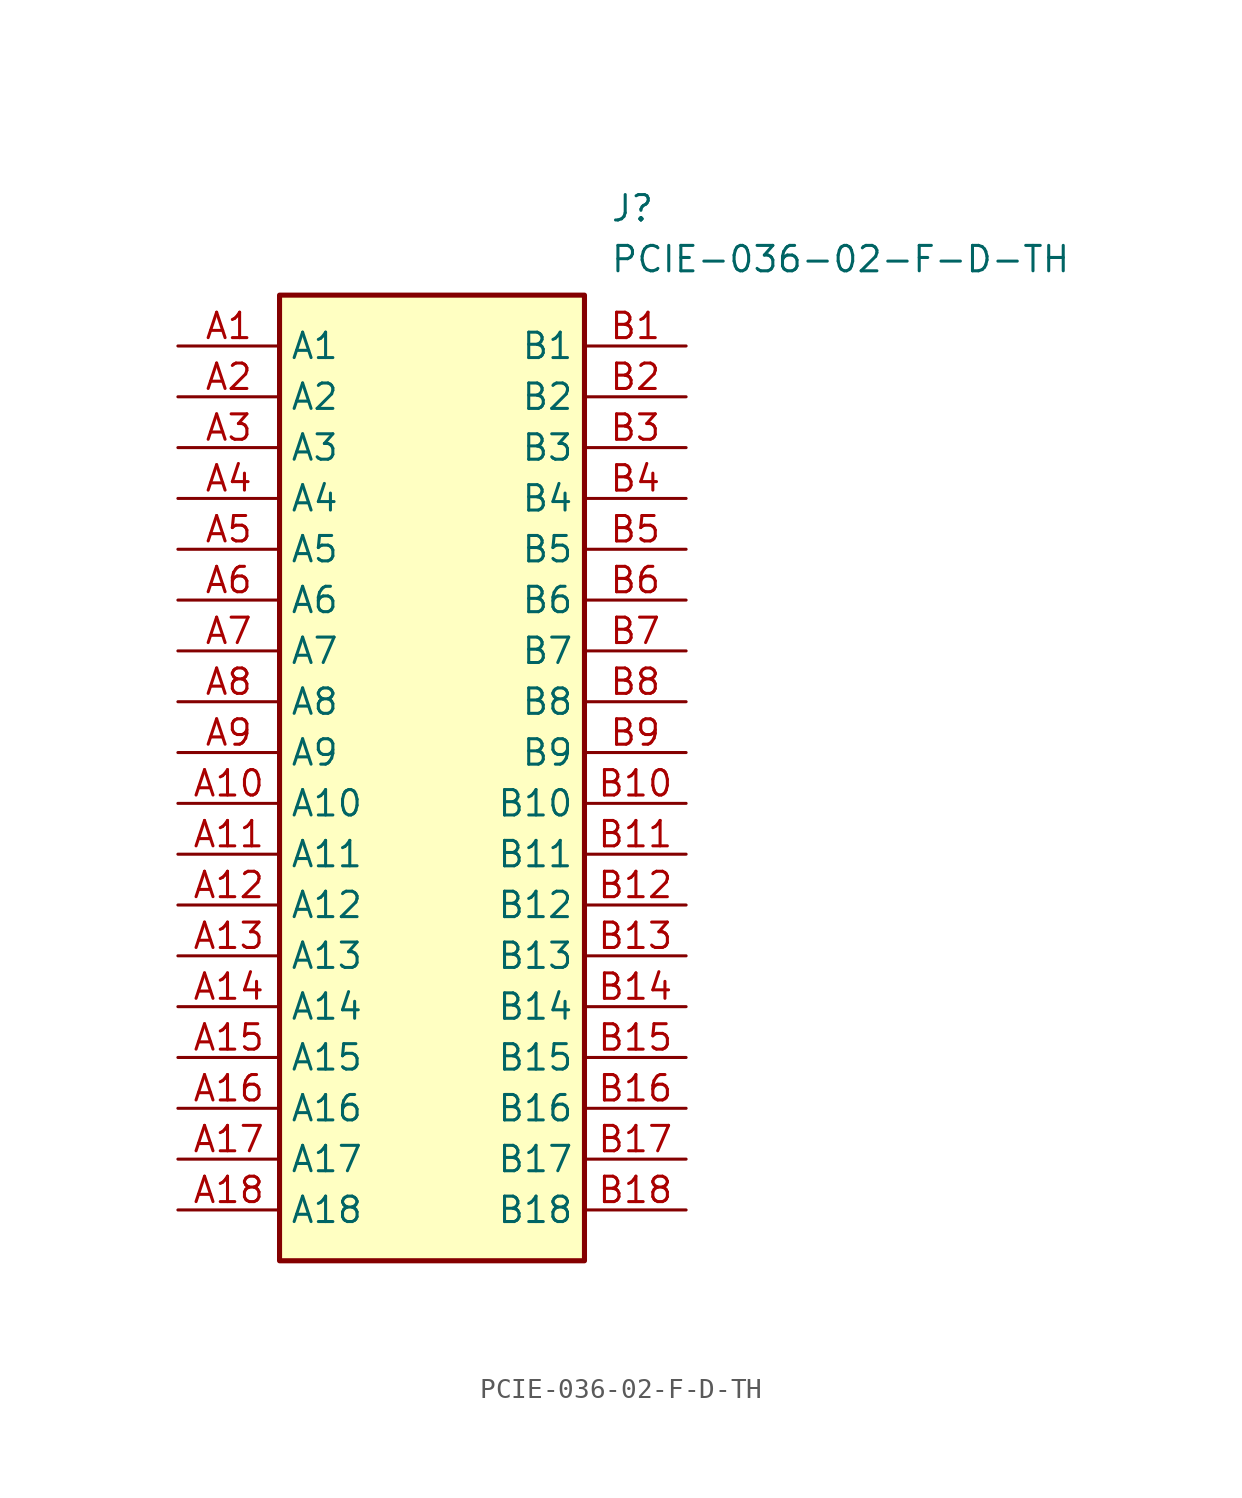
<source format=kicad_sym>
(kicad_symbol_lib
  (version 20211014)
  (generator SamacSys_ECAD_Model)
  (symbol "PCIE-036-02-F-D-TH"
    (property "Reference" "J"
      (at 21.59 7.62 0)
      (effects (font (size 1.27 1.27)) (justify left top)))
    (property "Value" "PCIE-036-02-F-D-TH"
      (at 21.59 5.08 0)
      (effects (font (size 1.27 1.27)) (justify left top)))
    (rectangle
      (start 5.08 2.54)
      (end 20.32 -45.72)
      (stroke (width 0.254) (type default))
      (fill (type background)))
    (pin passive line
      (at 0 0 0)
      (length 5.08)
      (name "A1" (effects (font (size 1.27 1.27))))
      (number "A1" (effects (font (size 1.27 1.27)))))
    (pin passive line
      (at 0 -2.54 0)
      (length 5.08)
      (name "A2" (effects (font (size 1.27 1.27))))
      (number "A2" (effects (font (size 1.27 1.27)))))
    (pin passive line
      (at 0 -5.08 0)
      (length 5.08)
      (name "A3" (effects (font (size 1.27 1.27))))
      (number "A3" (effects (font (size 1.27 1.27)))))
    (pin passive line
      (at 0 -7.62 0)
      (length 5.08)
      (name "A4" (effects (font (size 1.27 1.27))))
      (number "A4" (effects (font (size 1.27 1.27)))))
    (pin passive line
      (at 0 -10.16 0)
      (length 5.08)
      (name "A5" (effects (font (size 1.27 1.27))))
      (number "A5" (effects (font (size 1.27 1.27)))))
    (pin passive line
      (at 0 -12.7 0)
      (length 5.08)
      (name "A6" (effects (font (size 1.27 1.27))))
      (number "A6" (effects (font (size 1.27 1.27)))))
    (pin passive line
      (at 0 -15.24 0)
      (length 5.08)
      (name "A7" (effects (font (size 1.27 1.27))))
      (number "A7" (effects (font (size 1.27 1.27)))))
    (pin passive line
      (at 0 -17.78 0)
      (length 5.08)
      (name "A8" (effects (font (size 1.27 1.27))))
      (number "A8" (effects (font (size 1.27 1.27)))))
    (pin passive line
      (at 0 -20.32 0)
      (length 5.08)
      (name "A9" (effects (font (size 1.27 1.27))))
      (number "A9" (effects (font (size 1.27 1.27)))))
    (pin passive line
      (at 0 -22.86 0)
      (length 5.08)
      (name "A10" (effects (font (size 1.27 1.27))))
      (number "A10" (effects (font (size 1.27 1.27)))))
    (pin passive line
      (at 0 -25.4 0)
      (length 5.08)
      (name "A11" (effects (font (size 1.27 1.27))))
      (number "A11" (effects (font (size 1.27 1.27)))))
    (pin passive line
      (at 0 -27.94 0)
      (length 5.08)
      (name "A12" (effects (font (size 1.27 1.27))))
      (number "A12" (effects (font (size 1.27 1.27)))))
    (pin passive line
      (at 0 -30.48 0)
      (length 5.08)
      (name "A13" (effects (font (size 1.27 1.27))))
      (number "A13" (effects (font (size 1.27 1.27)))))
    (pin passive line
      (at 0 -33.02 0)
      (length 5.08)
      (name "A14" (effects (font (size 1.27 1.27))))
      (number "A14" (effects (font (size 1.27 1.27)))))
    (pin passive line
      (at 0 -35.56 0)
      (length 5.08)
      (name "A15" (effects (font (size 1.27 1.27))))
      (number "A15" (effects (font (size 1.27 1.27)))))
    (pin passive line
      (at 0 -38.1 0)
      (length 5.08)
      (name "A16" (effects (font (size 1.27 1.27))))
      (number "A16" (effects (font (size 1.27 1.27)))))
    (pin passive line
      (at 0 -40.64 0)
      (length 5.08)
      (name "A17" (effects (font (size 1.27 1.27))))
      (number "A17" (effects (font (size 1.27 1.27)))))
    (pin passive line
      (at 0 -43.18 0)
      (length 5.08)
      (name "A18" (effects (font (size 1.27 1.27))))
      (number "A18" (effects (font (size 1.27 1.27)))))
    (pin passive line
      (at 25.4 0 180)
      (length 5.08)
      (name "B1" (effects (font (size 1.27 1.27))))
      (number "B1" (effects (font (size 1.27 1.27)))))
    (pin passive line
      (at 25.4 -2.54 180)
      (length 5.08)
      (name "B2" (effects (font (size 1.27 1.27))))
      (number "B2" (effects (font (size 1.27 1.27)))))
    (pin passive line
      (at 25.4 -5.08 180)
      (length 5.08)
      (name "B3" (effects (font (size 1.27 1.27))))
      (number "B3" (effects (font (size 1.27 1.27)))))
    (pin passive line
      (at 25.4 -7.62 180)
      (length 5.08)
      (name "B4" (effects (font (size 1.27 1.27))))
      (number "B4" (effects (font (size 1.27 1.27)))))
    (pin passive line
      (at 25.4 -10.16 180)
      (length 5.08)
      (name "B5" (effects (font (size 1.27 1.27))))
      (number "B5" (effects (font (size 1.27 1.27)))))
    (pin passive line
      (at 25.4 -12.7 180)
      (length 5.08)
      (name "B6" (effects (font (size 1.27 1.27))))
      (number "B6" (effects (font (size 1.27 1.27)))))
    (pin passive line
      (at 25.4 -15.24 180)
      (length 5.08)
      (name "B7" (effects (font (size 1.27 1.27))))
      (number "B7" (effects (font (size 1.27 1.27)))))
    (pin passive line
      (at 25.4 -17.78 180)
      (length 5.08)
      (name "B8" (effects (font (size 1.27 1.27))))
      (number "B8" (effects (font (size 1.27 1.27)))))
    (pin passive line
      (at 25.4 -20.32 180)
      (length 5.08)
      (name "B9" (effects (font (size 1.27 1.27))))
      (number "B9" (effects (font (size 1.27 1.27)))))
    (pin passive line
      (at 25.4 -22.86 180)
      (length 5.08)
      (name "B10" (effects (font (size 1.27 1.27))))
      (number "B10" (effects (font (size 1.27 1.27)))))
    (pin passive line
      (at 25.4 -25.4 180)
      (length 5.08)
      (name "B11" (effects (font (size 1.27 1.27))))
      (number "B11" (effects (font (size 1.27 1.27)))))
    (pin passive line
      (at 25.4 -27.94 180)
      (length 5.08)
      (name "B12" (effects (font (size 1.27 1.27))))
      (number "B12" (effects (font (size 1.27 1.27)))))
    (pin passive line
      (at 25.4 -30.48 180)
      (length 5.08)
      (name "B13" (effects (font (size 1.27 1.27))))
      (number "B13" (effects (font (size 1.27 1.27)))))
    (pin passive line
      (at 25.4 -33.02 180)
      (length 5.08)
      (name "B14" (effects (font (size 1.27 1.27))))
      (number "B14" (effects (font (size 1.27 1.27)))))
    (pin passive line
      (at 25.4 -35.56 180)
      (length 5.08)
      (name "B15" (effects (font (size 1.27 1.27))))
      (number "B15" (effects (font (size 1.27 1.27)))))
    (pin passive line
      (at 25.4 -38.1 180)
      (length 5.08)
      (name "B16" (effects (font (size 1.27 1.27))))
      (number "B16" (effects (font (size 1.27 1.27)))))
    (pin passive line
      (at 25.4 -40.64 180)
      (length 5.08)
      (name "B17" (effects (font (size 1.27 1.27))))
      (number "B17" (effects (font (size 1.27 1.27)))))
    (pin passive line
      (at 25.4 -43.18 180)
      (length 5.08)
      (name "B18" (effects (font (size 1.27 1.27))))
      (number "B18" (effects (font (size 1.27 1.27)))))))
</source>
